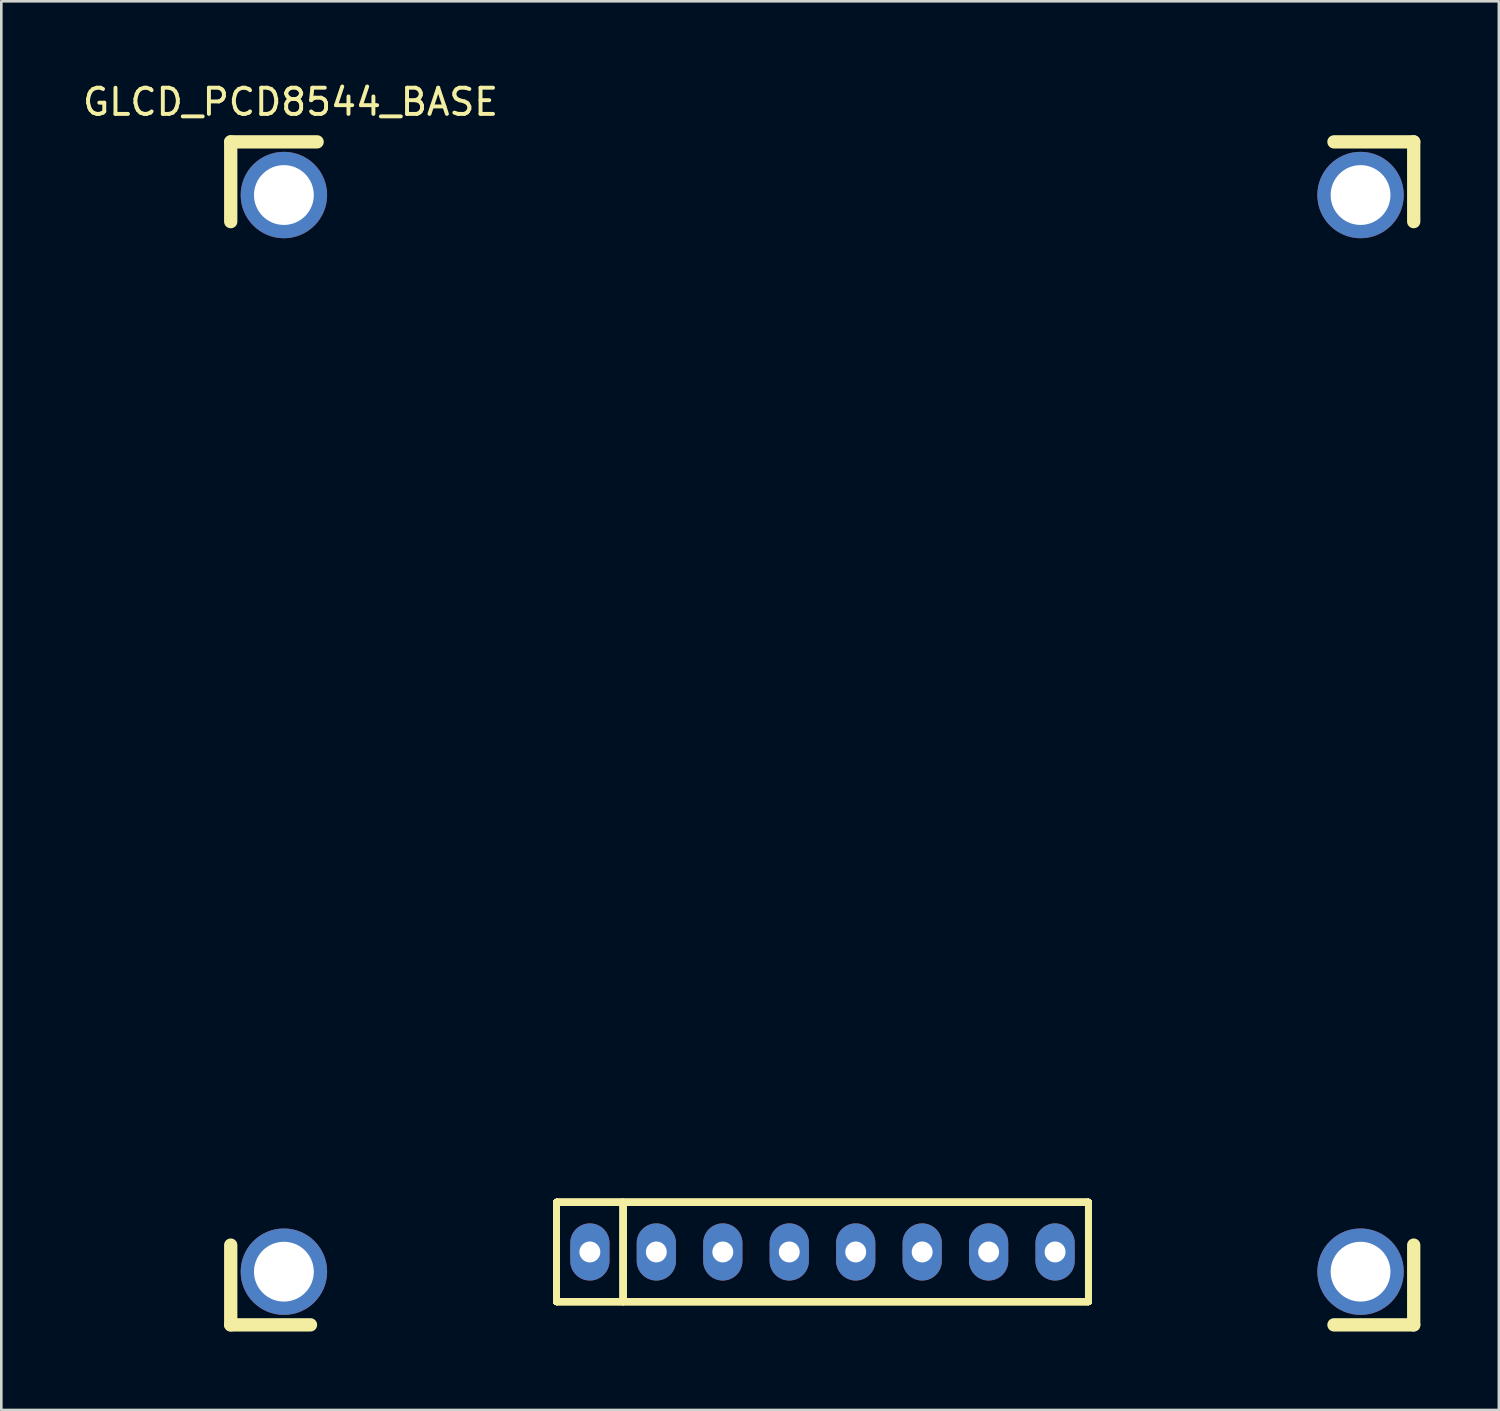
<source format=kicad_pcb>
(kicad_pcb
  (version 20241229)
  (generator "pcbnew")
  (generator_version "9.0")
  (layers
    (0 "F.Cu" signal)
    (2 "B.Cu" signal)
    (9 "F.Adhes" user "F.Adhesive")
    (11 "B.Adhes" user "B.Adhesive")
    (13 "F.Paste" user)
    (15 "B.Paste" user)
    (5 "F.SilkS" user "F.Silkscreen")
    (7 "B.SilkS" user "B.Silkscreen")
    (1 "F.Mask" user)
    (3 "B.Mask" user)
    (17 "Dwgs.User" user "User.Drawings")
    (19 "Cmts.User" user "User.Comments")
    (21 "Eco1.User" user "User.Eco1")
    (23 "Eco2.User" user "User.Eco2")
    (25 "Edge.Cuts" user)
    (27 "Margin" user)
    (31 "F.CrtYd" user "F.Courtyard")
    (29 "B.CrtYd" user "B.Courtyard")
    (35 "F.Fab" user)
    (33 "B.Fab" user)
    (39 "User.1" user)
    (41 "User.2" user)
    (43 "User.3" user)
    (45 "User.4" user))
  (footprint "GLCD_PCD8544_BASE"
    (layer "F.Cu")
    (at 28.374 24.978)
    (property "Reference" "GLCD_PCD8544_BASE" (at -20.32 -24.13 0) (layer "F.SilkS") (effects (font (size 1 1) (thickness 0.15))))
    (attr through_hole)
    (fp_line (start -22.606 -22.606) (end -22.606 -19.558) (stroke (width 0.508) (type solid)) (layer "F.SilkS"))
    (fp_line (start -22.606 -22.606) (end -19.304 -22.606) (stroke (width 0.508) (type solid)) (layer "F.SilkS"))
    (fp_line (start -22.606 22.606) (end -22.606 19.558) (stroke (width 0.508) (type solid)) (layer "F.SilkS"))
    (fp_line (start -22.606 22.606) (end -19.558 22.606) (stroke (width 0.508) (type solid)) (layer "F.SilkS"))
    (fp_line (start -10.15 17.915) (end 10.17 17.915) (stroke (width 0.254) (type solid)) (layer "F.SilkS"))
    (fp_line (start -10.15 17.915) (end 10.17 17.915) (stroke (width 0.254) (type solid)) (layer "F.SilkS"))
    (fp_line (start -10.15 17.915) (end 10.17 17.915) (stroke (width 0.254) (type solid)) (layer "F.SilkS"))
    (fp_line (start -10.15 17.915) (end 10.17 17.915) (stroke (width 0.254) (type solid)) (layer "F.SilkS"))
    (fp_line (start -10.15 17.915) (end 10.17 17.915) (stroke (width 0.254) (type solid)) (layer "F.SilkS"))
    (fp_line (start -10.15 17.915) (end 10.17 17.915) (stroke (width 0.254) (type solid)) (layer "F.SilkS"))
    (fp_line (start -10.15 17.915) (end 10.17 17.915) (stroke (width 0.254) (type solid)) (layer "F.SilkS"))
    (fp_line (start -10.15 17.915) (end 10.17 17.915) (stroke (width 0.254) (type solid)) (layer "F.SilkS"))
    (fp_line (start -10.15 21.725) (end -10.15 17.915) (stroke (width 0.254) (type solid)) (layer "F.SilkS"))
    (fp_line (start -10.15 21.725) (end -10.15 17.915) (stroke (width 0.254) (type solid)) (layer "F.SilkS"))
    (fp_line (start -10.15 21.725) (end -10.15 17.915) (stroke (width 0.254) (type solid)) (layer "F.SilkS"))
    (fp_line (start -10.15 21.725) (end -10.15 17.915) (stroke (width 0.254) (type solid)) (layer "F.SilkS"))
    (fp_line (start -10.15 21.725) (end -10.15 17.915) (stroke (width 0.254) (type solid)) (layer "F.SilkS"))
    (fp_line (start -10.15 21.725) (end -10.15 17.915) (stroke (width 0.254) (type solid)) (layer "F.SilkS"))
    (fp_line (start -10.15 21.725) (end -10.15 17.915) (stroke (width 0.254) (type solid)) (layer "F.SilkS"))
    (fp_line (start -10.15 21.725) (end -10.15 17.915) (stroke (width 0.254) (type solid)) (layer "F.SilkS"))
    (fp_line (start -7.61 17.915) (end -7.61 21.725) (stroke (width 0.254) (type solid)) (layer "F.SilkS"))
    (fp_line (start -7.61 17.915) (end -7.61 21.725) (stroke (width 0.254) (type solid)) (layer "F.SilkS"))
    (fp_line (start -7.61 17.915) (end -7.61 21.725) (stroke (width 0.254) (type solid)) (layer "F.SilkS"))
    (fp_line (start -7.61 17.915) (end -7.61 21.725) (stroke (width 0.254) (type solid)) (layer "F.SilkS"))
    (fp_line (start -7.61 17.915) (end -7.61 21.725) (stroke (width 0.254) (type solid)) (layer "F.SilkS"))
    (fp_line (start -7.61 17.915) (end -7.61 21.725) (stroke (width 0.254) (type solid)) (layer "F.SilkS"))
    (fp_line (start -7.61 17.915) (end -7.61 21.725) (stroke (width 0.254) (type solid)) (layer "F.SilkS"))
    (fp_line (start -7.61 17.915) (end -7.61 21.725) (stroke (width 0.254) (type solid)) (layer "F.SilkS"))
    (fp_line (start 10.17 17.915) (end 10.17 21.725) (stroke (width 0.254) (type solid)) (layer "F.SilkS"))
    (fp_line (start 10.17 17.915) (end 10.17 21.725) (stroke (width 0.254) (type solid)) (layer "F.SilkS"))
    (fp_line (start 10.17 17.915) (end 10.17 21.725) (stroke (width 0.254) (type solid)) (layer "F.SilkS"))
    (fp_line (start 10.17 17.915) (end 10.17 21.725) (stroke (width 0.254) (type solid)) (layer "F.SilkS"))
    (fp_line (start 10.17 17.915) (end 10.17 21.725) (stroke (width 0.254) (type solid)) (layer "F.SilkS"))
    (fp_line (start 10.17 17.915) (end 10.17 21.725) (stroke (width 0.254) (type solid)) (layer "F.SilkS"))
    (fp_line (start 10.17 17.915) (end 10.17 21.725) (stroke (width 0.254) (type solid)) (layer "F.SilkS"))
    (fp_line (start 10.17 17.915) (end 10.17 21.725) (stroke (width 0.254) (type solid)) (layer "F.SilkS"))
    (fp_line (start 10.17 21.725) (end -10.15 21.725) (stroke (width 0.254) (type solid)) (layer "F.SilkS"))
    (fp_line (start 10.17 21.725) (end -10.15 21.725) (stroke (width 0.254) (type solid)) (layer "F.SilkS"))
    (fp_line (start 10.17 21.725) (end -10.15 21.725) (stroke (width 0.254) (type solid)) (layer "F.SilkS"))
    (fp_line (start 10.17 21.725) (end -10.15 21.725) (stroke (width 0.254) (type solid)) (layer "F.SilkS"))
    (fp_line (start 10.17 21.725) (end -10.15 21.725) (stroke (width 0.254) (type solid)) (layer "F.SilkS"))
    (fp_line (start 10.17 21.725) (end -10.15 21.725) (stroke (width 0.254) (type solid)) (layer "F.SilkS"))
    (fp_line (start 10.17 21.725) (end -10.15 21.725) (stroke (width 0.254) (type solid)) (layer "F.SilkS"))
    (fp_line (start 10.17 21.725) (end -10.15 21.725) (stroke (width 0.254) (type solid)) (layer "F.SilkS"))
    (fp_line (start 22.606 -22.606) (end 19.558 -22.606) (stroke (width 0.508) (type solid)) (layer "F.SilkS"))
    (fp_line (start 22.606 -22.606) (end 22.606 -19.558) (stroke (width 0.508) (type solid)) (layer "F.SilkS"))
    (fp_line (start 22.606 22.606) (end 19.558 22.606) (stroke (width 0.508) (type solid)) (layer "F.SilkS"))
    (fp_line (start 22.606 22.606) (end 22.606 19.558) (stroke (width 0.508) (type solid)) (layer "F.SilkS"))
    (pad "" np_thru_hole circle (at -20.574 -20.574) (size 3.302 3.302) (drill 2.286) (layers "*.Cu" "*.Mask"))
    (pad "" np_thru_hole circle (at -20.574 20.574) (size 3.302 3.302) (drill 2.286) (layers "*.Cu" "*.Mask"))
    (pad "" np_thru_hole circle (at 20.574 -20.574) (size 3.302 3.302) (drill 2.286) (layers "*.Cu" "*.Mask"))
    (pad "" np_thru_hole circle (at 20.574 20.574) (size 3.302 3.302) (drill 2.286) (layers "*.Cu" "*.Mask"))
    (pad "1" thru_hole oval (at -8.88 19.82) (size 1.499 2.184) (drill 0.8) (layers "*.Cu" "*.Mask"))
    (pad "2" thru_hole oval (at -6.34 19.82) (size 1.499 2.184) (drill 0.8) (layers "*.Cu" "*.Mask"))
    (pad "3" thru_hole oval (at -3.8 19.82) (size 1.499 2.184) (drill 0.8) (layers "*.Cu" "*.Mask"))
    (pad "4" thru_hole oval (at -1.26 19.82) (size 1.499 2.184) (drill 0.8) (layers "*.Cu" "*.Mask"))
    (pad "5" thru_hole oval (at 1.28 19.82) (size 1.499 2.184) (drill 0.8) (layers "*.Cu" "*.Mask"))
    (pad "6" thru_hole oval (at 3.82 19.82) (size 1.499 2.184) (drill 0.8) (layers "*.Cu" "*.Mask"))
    (pad "7" thru_hole oval (at 6.36 19.82) (size 1.499 2.184) (drill 0.8) (layers "*.Cu" "*.Mask"))
    (pad "8" thru_hole oval (at 8.9 19.82) (size 1.499 2.184) (drill 0.8) (layers "*.Cu" "*.Mask")))
  (gr_rect
    (start -3 -3)
    (end 54.234 50.838)
    (stroke (width 0.1) (type default))
    (fill no)
    (layer "Edge.Cuts")))
</source>
